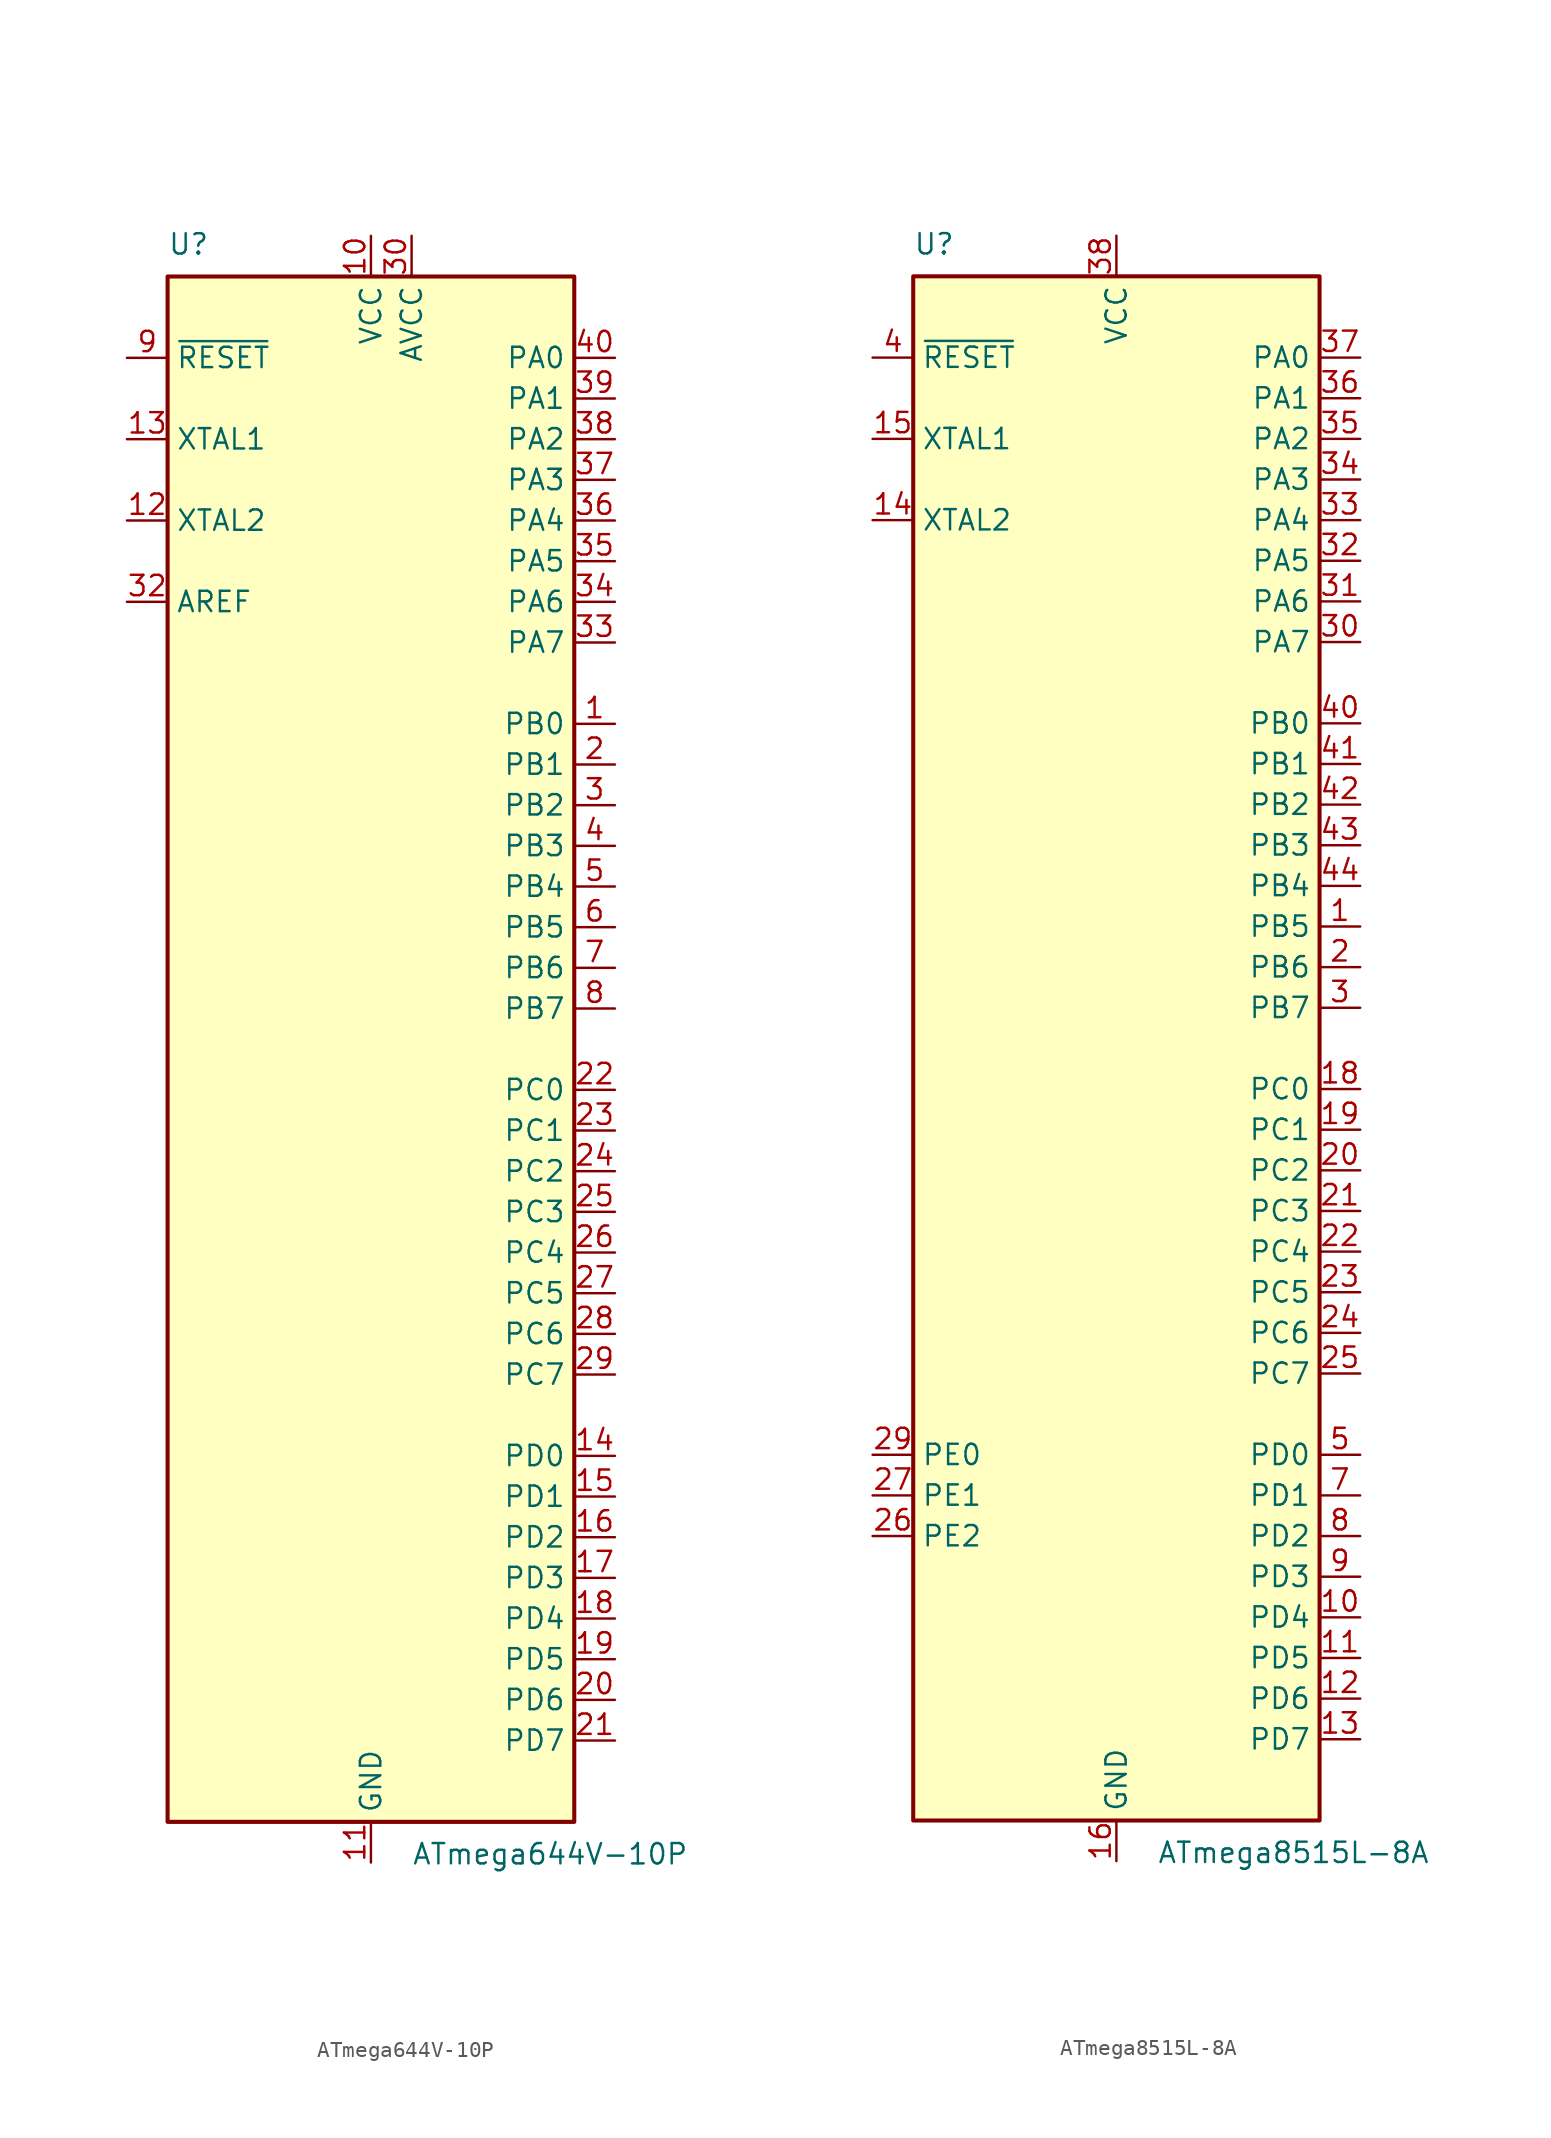
<source format=kicad_sym>
(kicad_symbol_lib
  (version 20241209)
  (generator "kicad_symbol_editor")
  (generator_version "9.0")
  (symbol "ATmega644V-10P"
    (property "Reference" "U"
      (at -12.7 49.53 0)
      (effects (font (size 1.27 1.27)) (justify left bottom)))
    (property "Value" "ATmega644V-10P"
      (at 2.54 -49.53 0)
      (effects (font (size 1.27 1.27)) (justify left top)))
    (symbol "ATmega644V-10P_0_1"
      (rectangle (start -12.7 -48.26) (end 12.7 48.26) (stroke (width 0.254) (type default)) (fill (type background))))
    (symbol "ATmega644V-10P_1_1"
      (pin input line (at -15.24 43.18 0) (length 2.54) (name "~{RESET}" (effects (font (size 1.27 1.27)))) (number "9" (effects (font (size 1.27 1.27)))))
      (pin input line (at -15.24 38.1 0) (length 2.54) (name "XTAL1" (effects (font (size 1.27 1.27)))) (number "13" (effects (font (size 1.27 1.27)))))
      (pin output line (at -15.24 33.02 0) (length 2.54) (name "XTAL2" (effects (font (size 1.27 1.27)))) (number "12" (effects (font (size 1.27 1.27)))))
      (pin passive line (at -15.24 27.94 0) (length 2.54) (name "AREF" (effects (font (size 1.27 1.27)))) (number "32" (effects (font (size 1.27 1.27)))))
      (pin power_in line (at 0 50.8 270) (length 2.54) (name "VCC" (effects (font (size 1.27 1.27)))) (number "10" (effects (font (size 1.27 1.27)))))
      (pin power_in line (at 0 -50.8 90) (length 2.54) (name "GND" (effects (font (size 1.27 1.27)))) (number "11" (effects (font (size 1.27 1.27)))))
      (pin passive line (at 0 -50.8 90) (length 2.54) (hide yes) (name "GND" (effects (font (size 1.27 1.27)))) (number "31" (effects (font (size 1.27 1.27)))))
      (pin power_in line (at 2.54 50.8 270) (length 2.54) (name "AVCC" (effects (font (size 1.27 1.27)))) (number "30" (effects (font (size 1.27 1.27)))))
      (pin bidirectional line (at 15.24 43.18 180) (length 2.54) (name "PA0" (effects (font (size 1.27 1.27)))) (number "40" (effects (font (size 1.27 1.27)))))
      (pin bidirectional line (at 15.24 40.64 180) (length 2.54) (name "PA1" (effects (font (size 1.27 1.27)))) (number "39" (effects (font (size 1.27 1.27)))))
      (pin bidirectional line (at 15.24 38.1 180) (length 2.54) (name "PA2" (effects (font (size 1.27 1.27)))) (number "38" (effects (font (size 1.27 1.27)))))
      (pin bidirectional line (at 15.24 35.56 180) (length 2.54) (name "PA3" (effects (font (size 1.27 1.27)))) (number "37" (effects (font (size 1.27 1.27)))))
      (pin bidirectional line (at 15.24 33.02 180) (length 2.54) (name "PA4" (effects (font (size 1.27 1.27)))) (number "36" (effects (font (size 1.27 1.27)))))
      (pin bidirectional line (at 15.24 30.48 180) (length 2.54) (name "PA5" (effects (font (size 1.27 1.27)))) (number "35" (effects (font (size 1.27 1.27)))))
      (pin bidirectional line (at 15.24 27.94 180) (length 2.54) (name "PA6" (effects (font (size 1.27 1.27)))) (number "34" (effects (font (size 1.27 1.27)))))
      (pin bidirectional line (at 15.24 25.4 180) (length 2.54) (name "PA7" (effects (font (size 1.27 1.27)))) (number "33" (effects (font (size 1.27 1.27)))))
      (pin bidirectional line (at 15.24 20.32 180) (length 2.54) (name "PB0" (effects (font (size 1.27 1.27)))) (number "1" (effects (font (size 1.27 1.27)))))
      (pin bidirectional line (at 15.24 17.78 180) (length 2.54) (name "PB1" (effects (font (size 1.27 1.27)))) (number "2" (effects (font (size 1.27 1.27)))))
      (pin bidirectional line (at 15.24 15.24 180) (length 2.54) (name "PB2" (effects (font (size 1.27 1.27)))) (number "3" (effects (font (size 1.27 1.27)))))
      (pin bidirectional line (at 15.24 12.7 180) (length 2.54) (name "PB3" (effects (font (size 1.27 1.27)))) (number "4" (effects (font (size 1.27 1.27)))))
      (pin bidirectional line (at 15.24 10.16 180) (length 2.54) (name "PB4" (effects (font (size 1.27 1.27)))) (number "5" (effects (font (size 1.27 1.27)))))
      (pin bidirectional line (at 15.24 7.62 180) (length 2.54) (name "PB5" (effects (font (size 1.27 1.27)))) (number "6" (effects (font (size 1.27 1.27)))))
      (pin bidirectional line (at 15.24 5.08 180) (length 2.54) (name "PB6" (effects (font (size 1.27 1.27)))) (number "7" (effects (font (size 1.27 1.27)))))
      (pin bidirectional line (at 15.24 2.54 180) (length 2.54) (name "PB7" (effects (font (size 1.27 1.27)))) (number "8" (effects (font (size 1.27 1.27)))))
      (pin bidirectional line (at 15.24 -2.54 180) (length 2.54) (name "PC0" (effects (font (size 1.27 1.27)))) (number "22" (effects (font (size 1.27 1.27)))))
      (pin bidirectional line (at 15.24 -5.08 180) (length 2.54) (name "PC1" (effects (font (size 1.27 1.27)))) (number "23" (effects (font (size 1.27 1.27)))))
      (pin bidirectional line (at 15.24 -7.62 180) (length 2.54) (name "PC2" (effects (font (size 1.27 1.27)))) (number "24" (effects (font (size 1.27 1.27)))))
      (pin bidirectional line (at 15.24 -10.16 180) (length 2.54) (name "PC3" (effects (font (size 1.27 1.27)))) (number "25" (effects (font (size 1.27 1.27)))))
      (pin bidirectional line (at 15.24 -12.7 180) (length 2.54) (name "PC4" (effects (font (size 1.27 1.27)))) (number "26" (effects (font (size 1.27 1.27)))))
      (pin bidirectional line (at 15.24 -15.24 180) (length 2.54) (name "PC5" (effects (font (size 1.27 1.27)))) (number "27" (effects (font (size 1.27 1.27)))))
      (pin bidirectional line (at 15.24 -17.78 180) (length 2.54) (name "PC6" (effects (font (size 1.27 1.27)))) (number "28" (effects (font (size 1.27 1.27)))))
      (pin bidirectional line (at 15.24 -20.32 180) (length 2.54) (name "PC7" (effects (font (size 1.27 1.27)))) (number "29" (effects (font (size 1.27 1.27)))))
      (pin bidirectional line (at 15.24 -25.4 180) (length 2.54) (name "PD0" (effects (font (size 1.27 1.27)))) (number "14" (effects (font (size 1.27 1.27)))))
      (pin bidirectional line (at 15.24 -27.94 180) (length 2.54) (name "PD1" (effects (font (size 1.27 1.27)))) (number "15" (effects (font (size 1.27 1.27)))))
      (pin bidirectional line (at 15.24 -30.48 180) (length 2.54) (name "PD2" (effects (font (size 1.27 1.27)))) (number "16" (effects (font (size 1.27 1.27)))))
      (pin bidirectional line (at 15.24 -33.02 180) (length 2.54) (name "PD3" (effects (font (size 1.27 1.27)))) (number "17" (effects (font (size 1.27 1.27)))))
      (pin bidirectional line (at 15.24 -35.56 180) (length 2.54) (name "PD4" (effects (font (size 1.27 1.27)))) (number "18" (effects (font (size 1.27 1.27)))))
      (pin bidirectional line (at 15.24 -38.1 180) (length 2.54) (name "PD5" (effects (font (size 1.27 1.27)))) (number "19" (effects (font (size 1.27 1.27)))))
      (pin bidirectional line (at 15.24 -40.64 180) (length 2.54) (name "PD6" (effects (font (size 1.27 1.27)))) (number "20" (effects (font (size 1.27 1.27)))))
      (pin bidirectional line (at 15.24 -43.18 180) (length 2.54) (name "PD7" (effects (font (size 1.27 1.27)))) (number "21" (effects (font (size 1.27 1.27)))))))
  (symbol "ATmega8515L-8A"
    (property "Reference" "U"
      (at -12.7 49.53 0)
      (effects (font (size 1.27 1.27)) (justify left bottom)))
    (property "Value" "ATmega8515L-8A"
      (at 2.54 -49.53 0)
      (effects (font (size 1.27 1.27)) (justify left top)))
    (symbol "ATmega8515L-8A_0_1"
      (rectangle (start -12.7 -48.26) (end 12.7 48.26) (stroke (width 0.254) (type default)) (fill (type background))))
    (symbol "ATmega8515L-8A_1_1"
      (pin input line (at -15.24 43.18 0) (length 2.54) (name "~{RESET}" (effects (font (size 1.27 1.27)))) (number "4" (effects (font (size 1.27 1.27)))))
      (pin input line (at -15.24 38.1 0) (length 2.54) (name "XTAL1" (effects (font (size 1.27 1.27)))) (number "15" (effects (font (size 1.27 1.27)))))
      (pin output line (at -15.24 33.02 0) (length 2.54) (name "XTAL2" (effects (font (size 1.27 1.27)))) (number "14" (effects (font (size 1.27 1.27)))))
      (pin bidirectional line (at -15.24 -25.4 0) (length 2.54) (name "PE0" (effects (font (size 1.27 1.27)))) (number "29" (effects (font (size 1.27 1.27)))))
      (pin bidirectional line (at -15.24 -27.94 0) (length 2.54) (name "PE1" (effects (font (size 1.27 1.27)))) (number "27" (effects (font (size 1.27 1.27)))))
      (pin bidirectional line (at -15.24 -30.48 0) (length 2.54) (name "PE2" (effects (font (size 1.27 1.27)))) (number "26" (effects (font (size 1.27 1.27)))))
      (pin no_connect line (at -12.7 -38.1 0) (length 2.54) (hide yes) (name "NC" (effects (font (size 1.27 1.27)))) (number "6" (effects (font (size 1.27 1.27)))))
      (pin no_connect line (at -12.7 -40.64 0) (length 2.54) (hide yes) (name "NC" (effects (font (size 1.27 1.27)))) (number "17" (effects (font (size 1.27 1.27)))))
      (pin no_connect line (at -12.7 -43.18 0) (length 2.54) (hide yes) (name "NC" (effects (font (size 1.27 1.27)))) (number "28" (effects (font (size 1.27 1.27)))))
      (pin no_connect line (at -12.7 -45.72 0) (length 2.54) (hide yes) (name "NC" (effects (font (size 1.27 1.27)))) (number "39" (effects (font (size 1.27 1.27)))))
      (pin power_in line (at 0 50.8 270) (length 2.54) (name "VCC" (effects (font (size 1.27 1.27)))) (number "38" (effects (font (size 1.27 1.27)))))
      (pin power_in line (at 0 -50.8 90) (length 2.54) (name "GND" (effects (font (size 1.27 1.27)))) (number "16" (effects (font (size 1.27 1.27)))))
      (pin bidirectional line (at 15.24 43.18 180) (length 2.54) (name "PA0" (effects (font (size 1.27 1.27)))) (number "37" (effects (font (size 1.27 1.27)))))
      (pin bidirectional line (at 15.24 40.64 180) (length 2.54) (name "PA1" (effects (font (size 1.27 1.27)))) (number "36" (effects (font (size 1.27 1.27)))))
      (pin bidirectional line (at 15.24 38.1 180) (length 2.54) (name "PA2" (effects (font (size 1.27 1.27)))) (number "35" (effects (font (size 1.27 1.27)))))
      (pin bidirectional line (at 15.24 35.56 180) (length 2.54) (name "PA3" (effects (font (size 1.27 1.27)))) (number "34" (effects (font (size 1.27 1.27)))))
      (pin bidirectional line (at 15.24 33.02 180) (length 2.54) (name "PA4" (effects (font (size 1.27 1.27)))) (number "33" (effects (font (size 1.27 1.27)))))
      (pin bidirectional line (at 15.24 30.48 180) (length 2.54) (name "PA5" (effects (font (size 1.27 1.27)))) (number "32" (effects (font (size 1.27 1.27)))))
      (pin bidirectional line (at 15.24 27.94 180) (length 2.54) (name "PA6" (effects (font (size 1.27 1.27)))) (number "31" (effects (font (size 1.27 1.27)))))
      (pin bidirectional line (at 15.24 25.4 180) (length 2.54) (name "PA7" (effects (font (size 1.27 1.27)))) (number "30" (effects (font (size 1.27 1.27)))))
      (pin bidirectional line (at 15.24 20.32 180) (length 2.54) (name "PB0" (effects (font (size 1.27 1.27)))) (number "40" (effects (font (size 1.27 1.27)))))
      (pin bidirectional line (at 15.24 17.78 180) (length 2.54) (name "PB1" (effects (font (size 1.27 1.27)))) (number "41" (effects (font (size 1.27 1.27)))))
      (pin bidirectional line (at 15.24 15.24 180) (length 2.54) (name "PB2" (effects (font (size 1.27 1.27)))) (number "42" (effects (font (size 1.27 1.27)))))
      (pin bidirectional line (at 15.24 12.7 180) (length 2.54) (name "PB3" (effects (font (size 1.27 1.27)))) (number "43" (effects (font (size 1.27 1.27)))))
      (pin bidirectional line (at 15.24 10.16 180) (length 2.54) (name "PB4" (effects (font (size 1.27 1.27)))) (number "44" (effects (font (size 1.27 1.27)))))
      (pin bidirectional line (at 15.24 7.62 180) (length 2.54) (name "PB5" (effects (font (size 1.27 1.27)))) (number "1" (effects (font (size 1.27 1.27)))))
      (pin bidirectional line (at 15.24 5.08 180) (length 2.54) (name "PB6" (effects (font (size 1.27 1.27)))) (number "2" (effects (font (size 1.27 1.27)))))
      (pin bidirectional line (at 15.24 2.54 180) (length 2.54) (name "PB7" (effects (font (size 1.27 1.27)))) (number "3" (effects (font (size 1.27 1.27)))))
      (pin bidirectional line (at 15.24 -2.54 180) (length 2.54) (name "PC0" (effects (font (size 1.27 1.27)))) (number "18" (effects (font (size 1.27 1.27)))))
      (pin bidirectional line (at 15.24 -5.08 180) (length 2.54) (name "PC1" (effects (font (size 1.27 1.27)))) (number "19" (effects (font (size 1.27 1.27)))))
      (pin bidirectional line (at 15.24 -7.62 180) (length 2.54) (name "PC2" (effects (font (size 1.27 1.27)))) (number "20" (effects (font (size 1.27 1.27)))))
      (pin bidirectional line (at 15.24 -10.16 180) (length 2.54) (name "PC3" (effects (font (size 1.27 1.27)))) (number "21" (effects (font (size 1.27 1.27)))))
      (pin bidirectional line (at 15.24 -12.7 180) (length 2.54) (name "PC4" (effects (font (size 1.27 1.27)))) (number "22" (effects (font (size 1.27 1.27)))))
      (pin bidirectional line (at 15.24 -15.24 180) (length 2.54) (name "PC5" (effects (font (size 1.27 1.27)))) (number "23" (effects (font (size 1.27 1.27)))))
      (pin bidirectional line (at 15.24 -17.78 180) (length 2.54) (name "PC6" (effects (font (size 1.27 1.27)))) (number "24" (effects (font (size 1.27 1.27)))))
      (pin bidirectional line (at 15.24 -20.32 180) (length 2.54) (name "PC7" (effects (font (size 1.27 1.27)))) (number "25" (effects (font (size 1.27 1.27)))))
      (pin bidirectional line (at 15.24 -25.4 180) (length 2.54) (name "PD0" (effects (font (size 1.27 1.27)))) (number "5" (effects (font (size 1.27 1.27)))))
      (pin bidirectional line (at 15.24 -27.94 180) (length 2.54) (name "PD1" (effects (font (size 1.27 1.27)))) (number "7" (effects (font (size 1.27 1.27)))))
      (pin bidirectional line (at 15.24 -30.48 180) (length 2.54) (name "PD2" (effects (font (size 1.27 1.27)))) (number "8" (effects (font (size 1.27 1.27)))))
      (pin bidirectional line (at 15.24 -33.02 180) (length 2.54) (name "PD3" (effects (font (size 1.27 1.27)))) (number "9" (effects (font (size 1.27 1.27)))))
      (pin bidirectional line (at 15.24 -35.56 180) (length 2.54) (name "PD4" (effects (font (size 1.27 1.27)))) (number "10" (effects (font (size 1.27 1.27)))))
      (pin bidirectional line (at 15.24 -38.1 180) (length 2.54) (name "PD5" (effects (font (size 1.27 1.27)))) (number "11" (effects (font (size 1.27 1.27)))))
      (pin bidirectional line (at 15.24 -40.64 180) (length 2.54) (name "PD6" (effects (font (size 1.27 1.27)))) (number "12" (effects (font (size 1.27 1.27)))))
      (pin bidirectional line (at 15.24 -43.18 180) (length 2.54) (name "PD7" (effects (font (size 1.27 1.27)))) (number "13" (effects (font (size 1.27 1.27))))))))
</source>
